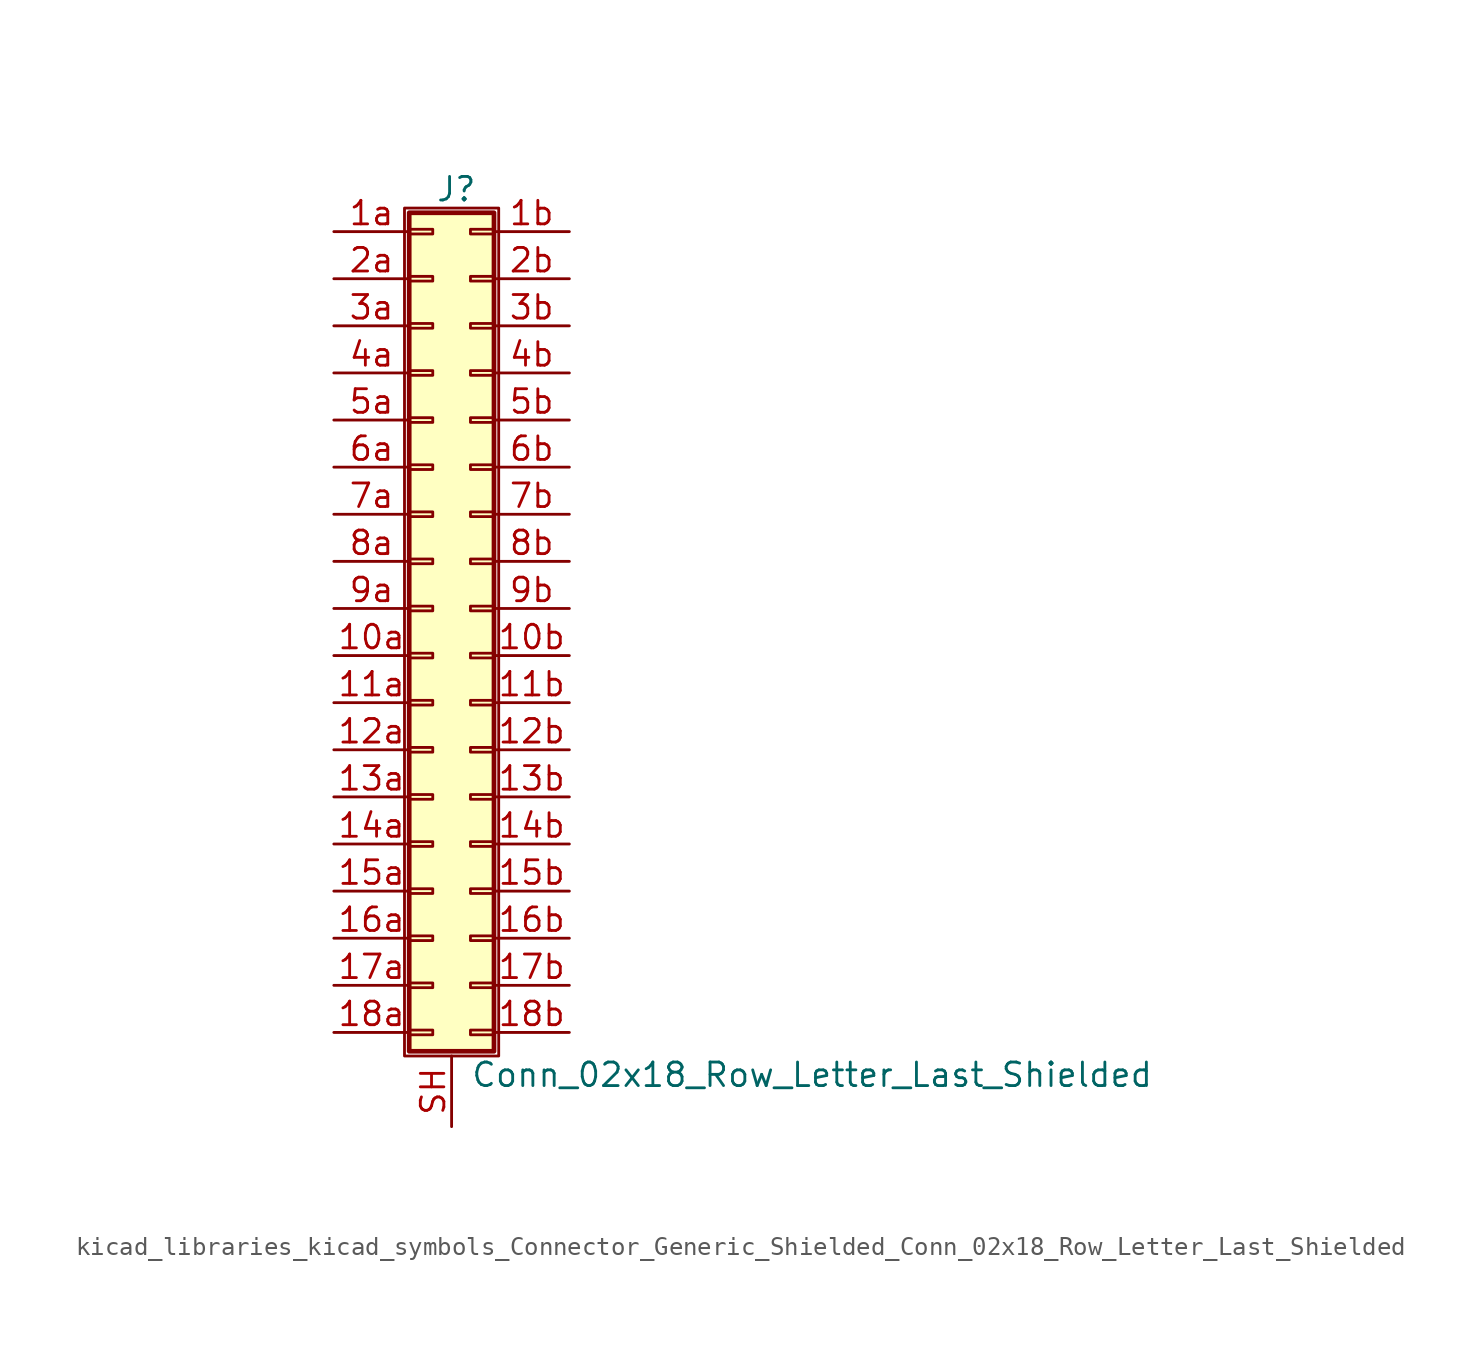
<source format=kicad_sym>
(kicad_symbol_lib
  (version 20220914)
  (generator kicad_symbol_editor)
  (symbol "kicad_libraries_kicad_symbols_Connector_Generic_Shielded_Conn_02x18_Row_Letter_Last_Shielded"
    (pin_names
      (offset 1.016) hide)
    (property "Reference" "J"
      (at 1.524 22.606 0)
      (effects (font (size 1.27 1.27))))
    (property "Value" "Conn_02x18_Row_Letter_Last_Shielded"
      (at 2.286 -25.146 0)
      (effects (font (size 1.27 1.27)) (justify left)))
    (symbol "kicad_libraries_kicad_symbols_Connector_Generic_Shielded_Conn_02x18_Row_Letter_Last_Shielded_1_1"
      (rectangle (start -1.27 21.59) (end 3.81 -24.13) (stroke (width 0.152) (type default)) (fill (type none)))
      (rectangle (start -1.016 -22.733) (end 0.254 -22.987) (stroke (width 0.152) (type default)) (fill (type none)))
      (rectangle (start -1.016 -20.193) (end 0.254 -20.447) (stroke (width 0.152) (type default)) (fill (type none)))
      (rectangle (start -1.016 -17.653) (end 0.254 -17.907) (stroke (width 0.152) (type default)) (fill (type none)))
      (rectangle (start -1.016 -15.113) (end 0.254 -15.367) (stroke (width 0.152) (type default)) (fill (type none)))
      (rectangle (start -1.016 -12.573) (end 0.254 -12.827) (stroke (width 0.152) (type default)) (fill (type none)))
      (rectangle (start -1.016 -10.033) (end 0.254 -10.287) (stroke (width 0.152) (type default)) (fill (type none)))
      (rectangle (start -1.016 -7.493) (end 0.254 -7.747) (stroke (width 0.152) (type default)) (fill (type none)))
      (rectangle (start -1.016 -4.953) (end 0.254 -5.207) (stroke (width 0.152) (type default)) (fill (type none)))
      (rectangle (start -1.016 -2.413) (end 0.254 -2.667) (stroke (width 0.152) (type default)) (fill (type none)))
      (rectangle (start -1.016 0.127) (end 0.254 -0.127) (stroke (width 0.152) (type default)) (fill (type none)))
      (rectangle (start -1.016 2.667) (end 0.254 2.413) (stroke (width 0.152) (type default)) (fill (type none)))
      (rectangle (start -1.016 5.207) (end 0.254 4.953) (stroke (width 0.152) (type default)) (fill (type none)))
      (rectangle (start -1.016 7.747) (end 0.254 7.493) (stroke (width 0.152) (type default)) (fill (type none)))
      (rectangle (start -1.016 10.287) (end 0.254 10.033) (stroke (width 0.152) (type default)) (fill (type none)))
      (rectangle (start -1.016 12.827) (end 0.254 12.573) (stroke (width 0.152) (type default)) (fill (type none)))
      (rectangle (start -1.016 15.367) (end 0.254 15.113) (stroke (width 0.152) (type default)) (fill (type none)))
      (rectangle (start -1.016 17.907) (end 0.254 17.653) (stroke (width 0.152) (type default)) (fill (type none)))
      (rectangle (start -1.016 20.447) (end 0.254 20.193) (stroke (width 0.152) (type default)) (fill (type none)))
      (rectangle (start -1.016 21.336) (end 3.556 -23.876) (stroke (width 0.254) (type default)) (fill (type background)))
      (rectangle (start 3.556 -22.733) (end 2.286 -22.987) (stroke (width 0.152) (type default)) (fill (type none)))
      (rectangle (start 3.556 -20.193) (end 2.286 -20.447) (stroke (width 0.152) (type default)) (fill (type none)))
      (rectangle (start 3.556 -17.653) (end 2.286 -17.907) (stroke (width 0.152) (type default)) (fill (type none)))
      (rectangle (start 3.556 -15.113) (end 2.286 -15.367) (stroke (width 0.152) (type default)) (fill (type none)))
      (rectangle (start 3.556 -12.573) (end 2.286 -12.827) (stroke (width 0.152) (type default)) (fill (type none)))
      (rectangle (start 3.556 -10.033) (end 2.286 -10.287) (stroke (width 0.152) (type default)) (fill (type none)))
      (rectangle (start 3.556 -7.493) (end 2.286 -7.747) (stroke (width 0.152) (type default)) (fill (type none)))
      (rectangle (start 3.556 -4.953) (end 2.286 -5.207) (stroke (width 0.152) (type default)) (fill (type none)))
      (rectangle (start 3.556 -2.413) (end 2.286 -2.667) (stroke (width 0.152) (type default)) (fill (type none)))
      (rectangle (start 3.556 0.127) (end 2.286 -0.127) (stroke (width 0.152) (type default)) (fill (type none)))
      (rectangle (start 3.556 2.667) (end 2.286 2.413) (stroke (width 0.152) (type default)) (fill (type none)))
      (rectangle (start 3.556 5.207) (end 2.286 4.953) (stroke (width 0.152) (type default)) (fill (type none)))
      (rectangle (start 3.556 7.747) (end 2.286 7.493) (stroke (width 0.152) (type default)) (fill (type none)))
      (rectangle (start 3.556 10.287) (end 2.286 10.033) (stroke (width 0.152) (type default)) (fill (type none)))
      (rectangle (start 3.556 12.827) (end 2.286 12.573) (stroke (width 0.152) (type default)) (fill (type none)))
      (rectangle (start 3.556 15.367) (end 2.286 15.113) (stroke (width 0.152) (type default)) (fill (type none)))
      (rectangle (start 3.556 17.907) (end 2.286 17.653) (stroke (width 0.152) (type default)) (fill (type none)))
      (rectangle (start 3.556 20.447) (end 2.286 20.193) (stroke (width 0.152) (type default)) (fill (type none)))
      (pin passive line (at -5.08 -2.54 0) (length 4.064) (name "Pin_10a" (effects (font (size 1.27 1.27)))) (number "10a" (effects (font (size 1.27 1.27)))))
      (pin passive line (at 7.62 -2.54 180) (length 4.064) (name "Pin_10b" (effects (font (size 1.27 1.27)))) (number "10b" (effects (font (size 1.27 1.27)))))
      (pin passive line (at -5.08 -5.08 0) (length 4.064) (name "Pin_11a" (effects (font (size 1.27 1.27)))) (number "11a" (effects (font (size 1.27 1.27)))))
      (pin passive line (at 7.62 -5.08 180) (length 4.064) (name "Pin_11b" (effects (font (size 1.27 1.27)))) (number "11b" (effects (font (size 1.27 1.27)))))
      (pin passive line (at -5.08 -7.62 0) (length 4.064) (name "Pin_12a" (effects (font (size 1.27 1.27)))) (number "12a" (effects (font (size 1.27 1.27)))))
      (pin passive line (at 7.62 -7.62 180) (length 4.064) (name "Pin_12b" (effects (font (size 1.27 1.27)))) (number "12b" (effects (font (size 1.27 1.27)))))
      (pin passive line (at -5.08 -10.16 0) (length 4.064) (name "Pin_13a" (effects (font (size 1.27 1.27)))) (number "13a" (effects (font (size 1.27 1.27)))))
      (pin passive line (at 7.62 -10.16 180) (length 4.064) (name "Pin_13b" (effects (font (size 1.27 1.27)))) (number "13b" (effects (font (size 1.27 1.27)))))
      (pin passive line (at -5.08 -12.7 0) (length 4.064) (name "Pin_14a" (effects (font (size 1.27 1.27)))) (number "14a" (effects (font (size 1.27 1.27)))))
      (pin passive line (at 7.62 -12.7 180) (length 4.064) (name "Pin_14b" (effects (font (size 1.27 1.27)))) (number "14b" (effects (font (size 1.27 1.27)))))
      (pin passive line (at -5.08 -15.24 0) (length 4.064) (name "Pin_15a" (effects (font (size 1.27 1.27)))) (number "15a" (effects (font (size 1.27 1.27)))))
      (pin passive line (at 7.62 -15.24 180) (length 4.064) (name "Pin_15b" (effects (font (size 1.27 1.27)))) (number "15b" (effects (font (size 1.27 1.27)))))
      (pin passive line (at -5.08 -17.78 0) (length 4.064) (name "Pin_16a" (effects (font (size 1.27 1.27)))) (number "16a" (effects (font (size 1.27 1.27)))))
      (pin passive line (at 7.62 -17.78 180) (length 4.064) (name "Pin_16b" (effects (font (size 1.27 1.27)))) (number "16b" (effects (font (size 1.27 1.27)))))
      (pin passive line (at -5.08 -20.32 0) (length 4.064) (name "Pin_17a" (effects (font (size 1.27 1.27)))) (number "17a" (effects (font (size 1.27 1.27)))))
      (pin passive line (at 7.62 -20.32 180) (length 4.064) (name "Pin_17b" (effects (font (size 1.27 1.27)))) (number "17b" (effects (font (size 1.27 1.27)))))
      (pin passive line (at -5.08 -22.86 0) (length 4.064) (name "Pin_18a" (effects (font (size 1.27 1.27)))) (number "18a" (effects (font (size 1.27 1.27)))))
      (pin passive line (at 7.62 -22.86 180) (length 4.064) (name "Pin_18b" (effects (font (size 1.27 1.27)))) (number "18b" (effects (font (size 1.27 1.27)))))
      (pin passive line (at -5.08 20.32 0) (length 4.064) (name "Pin_1a" (effects (font (size 1.27 1.27)))) (number "1a" (effects (font (size 1.27 1.27)))))
      (pin passive line (at 7.62 20.32 180) (length 4.064) (name "Pin_1b" (effects (font (size 1.27 1.27)))) (number "1b" (effects (font (size 1.27 1.27)))))
      (pin passive line (at -5.08 17.78 0) (length 4.064) (name "Pin_2a" (effects (font (size 1.27 1.27)))) (number "2a" (effects (font (size 1.27 1.27)))))
      (pin passive line (at 7.62 17.78 180) (length 4.064) (name "Pin_2b" (effects (font (size 1.27 1.27)))) (number "2b" (effects (font (size 1.27 1.27)))))
      (pin passive line (at -5.08 15.24 0) (length 4.064) (name "Pin_3a" (effects (font (size 1.27 1.27)))) (number "3a" (effects (font (size 1.27 1.27)))))
      (pin passive line (at 7.62 15.24 180) (length 4.064) (name "Pin_3b" (effects (font (size 1.27 1.27)))) (number "3b" (effects (font (size 1.27 1.27)))))
      (pin passive line (at -5.08 12.7 0) (length 4.064) (name "Pin_4a" (effects (font (size 1.27 1.27)))) (number "4a" (effects (font (size 1.27 1.27)))))
      (pin passive line (at 7.62 12.7 180) (length 4.064) (name "Pin_4b" (effects (font (size 1.27 1.27)))) (number "4b" (effects (font (size 1.27 1.27)))))
      (pin passive line (at -5.08 10.16 0) (length 4.064) (name "Pin_5a" (effects (font (size 1.27 1.27)))) (number "5a" (effects (font (size 1.27 1.27)))))
      (pin passive line (at 7.62 10.16 180) (length 4.064) (name "Pin_5b" (effects (font (size 1.27 1.27)))) (number "5b" (effects (font (size 1.27 1.27)))))
      (pin passive line (at -5.08 7.62 0) (length 4.064) (name "Pin_6a" (effects (font (size 1.27 1.27)))) (number "6a" (effects (font (size 1.27 1.27)))))
      (pin passive line (at 7.62 7.62 180) (length 4.064) (name "Pin_6b" (effects (font (size 1.27 1.27)))) (number "6b" (effects (font (size 1.27 1.27)))))
      (pin passive line (at -5.08 5.08 0) (length 4.064) (name "Pin_7a" (effects (font (size 1.27 1.27)))) (number "7a" (effects (font (size 1.27 1.27)))))
      (pin passive line (at 7.62 5.08 180) (length 4.064) (name "Pin_7b" (effects (font (size 1.27 1.27)))) (number "7b" (effects (font (size 1.27 1.27)))))
      (pin passive line (at -5.08 2.54 0) (length 4.064) (name "Pin_8a" (effects (font (size 1.27 1.27)))) (number "8a" (effects (font (size 1.27 1.27)))))
      (pin passive line (at 7.62 2.54 180) (length 4.064) (name "Pin_8b" (effects (font (size 1.27 1.27)))) (number "8b" (effects (font (size 1.27 1.27)))))
      (pin passive line (at -5.08 0 0) (length 4.064) (name "Pin_9a" (effects (font (size 1.27 1.27)))) (number "9a" (effects (font (size 1.27 1.27)))))
      (pin passive line (at 7.62 0 180) (length 4.064) (name "Pin_9b" (effects (font (size 1.27 1.27)))) (number "9b" (effects (font (size 1.27 1.27)))))
      (pin passive line (at 1.27 -27.94 90) (length 3.81) (name "Shield" (effects (font (size 1.27 1.27)))) (number "SH" (effects (font (size 1.27 1.27))))))))
</source>
